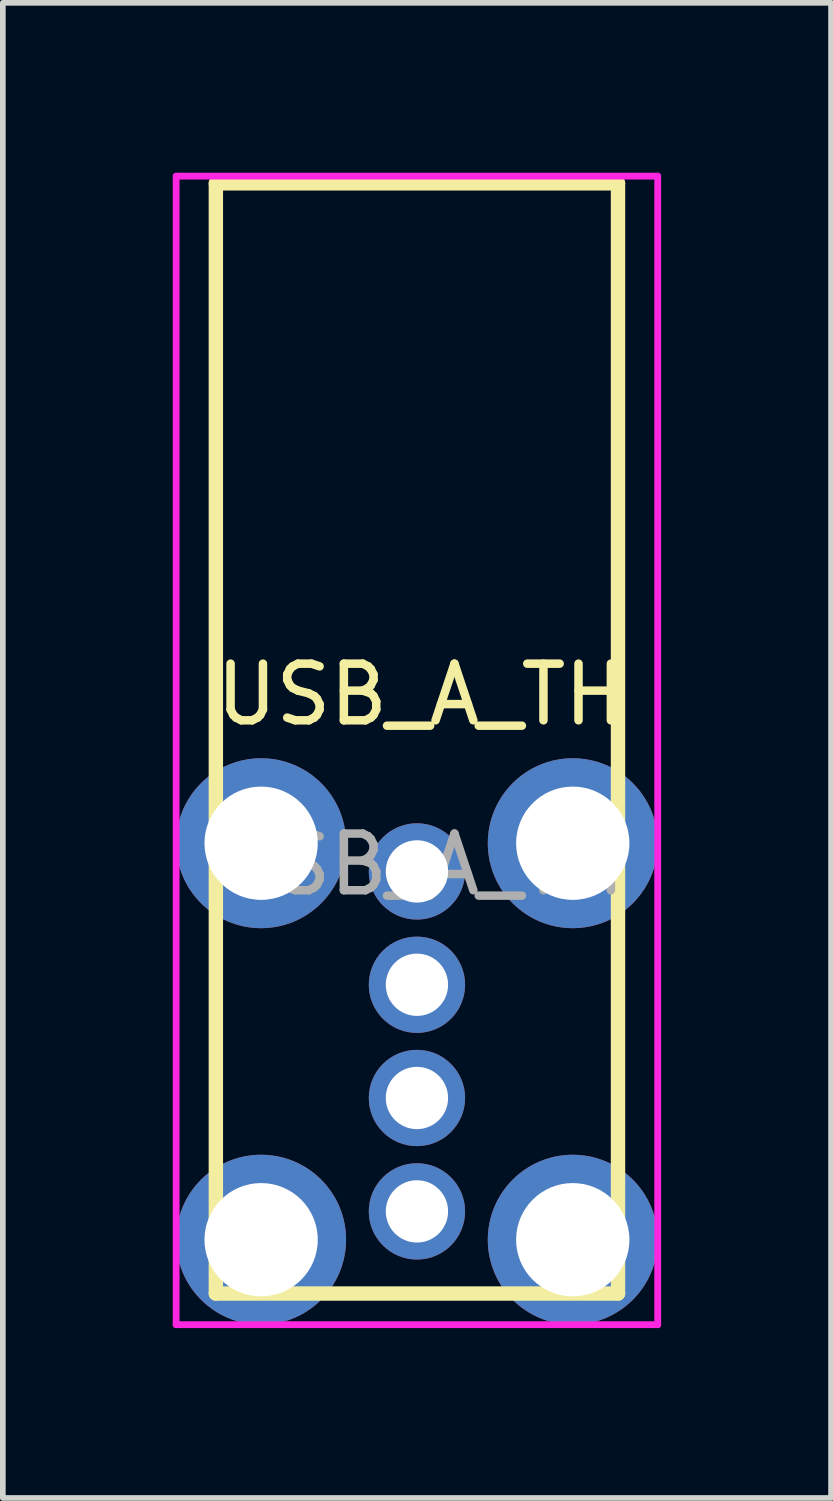
<source format=kicad_pcb>
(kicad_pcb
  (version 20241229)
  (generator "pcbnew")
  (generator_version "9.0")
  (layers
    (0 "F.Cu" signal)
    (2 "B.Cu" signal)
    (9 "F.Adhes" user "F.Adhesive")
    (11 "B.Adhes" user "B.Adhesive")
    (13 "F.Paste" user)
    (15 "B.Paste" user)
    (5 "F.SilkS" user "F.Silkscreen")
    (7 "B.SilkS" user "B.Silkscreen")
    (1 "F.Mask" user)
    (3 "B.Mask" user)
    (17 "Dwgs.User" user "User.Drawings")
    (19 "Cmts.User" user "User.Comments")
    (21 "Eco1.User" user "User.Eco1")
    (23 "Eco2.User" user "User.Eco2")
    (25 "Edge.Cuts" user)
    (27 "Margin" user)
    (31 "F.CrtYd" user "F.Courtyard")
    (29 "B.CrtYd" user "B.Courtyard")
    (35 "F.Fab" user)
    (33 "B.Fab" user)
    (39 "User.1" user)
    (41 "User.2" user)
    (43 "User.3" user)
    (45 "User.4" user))
  (footprint "USB_A_TH"
    (layer "F.Cu")
    (at 4.378 9.712)
    (property "Reference" "USB_A_TH" (at 0 -0.5 0) (unlocked yes) (layer "F.SilkS") (effects (font (size 1 1) (thickness 0.15))))
    (attr smd)
    (fp_line (start -3.617 -9.525) (end -3.617 10.075) (stroke (width 0.254) (type solid)) (layer "F.SilkS"))
    (fp_line (start -3.617 -9.525) (end 3.483 -9.525) (stroke (width 0.254) (type solid)) (layer "F.SilkS"))
    (fp_line (start -3.617 10.075) (end 3.483 10.075) (stroke (width 0.254) (type solid)) (layer "F.SilkS"))
    (fp_line (start 3.483 -9.525) (end 3.483 10.075) (stroke (width 0.254) (type solid)) (layer "F.SilkS"))
    (fp_circle (center -4.318 -9.652) (end -4.288 -9.652) (stroke (width 0.06) (type solid)) (fill no) (layer "Eco2.User"))
    (fp_circle (center -2.818 2.125) (end -2.368 2.125) (stroke (width 0.9) (type solid)) (fill no) (layer "Eco2.User"))
    (fp_circle (center -2.818 9.125) (end -2.368 9.125) (stroke (width 0.9) (type solid)) (fill no) (layer "Eco2.User"))
    (fp_circle (center -0.067 2.623) (end 0.158 2.623) (stroke (width 0.45) (type solid)) (fill no) (layer "Eco2.User"))
    (fp_circle (center -0.067 4.624) (end 0.158 4.624) (stroke (width 0.45) (type solid)) (fill no) (layer "Eco2.User"))
    (fp_circle (center -0.067 6.623) (end 0.158 6.623) (stroke (width 0.45) (type solid)) (fill no) (layer "Eco2.User"))
    (fp_circle (center -0.067 8.625) (end 0.158 8.625) (stroke (width 0.45) (type solid)) (fill no) (layer "Eco2.User"))
    (fp_circle (center 2.684 2.125) (end 3.134 2.125) (stroke (width 0.9) (type solid)) (fill no) (layer "Eco2.User"))
    (fp_circle (center 2.684 9.125) (end 3.134 9.125) (stroke (width 0.9) (type solid)) (fill no) (layer "Eco2.User"))
    (fp_line (start -4.318 -9.652) (end 4.184 -9.652) (stroke (width 0.12) (type solid)) (layer "F.CrtYd"))
    (fp_line (start -4.318 10.625) (end -4.318 -9.652) (stroke (width 0.12) (type solid)) (layer "F.CrtYd"))
    (fp_line (start 4.184 -9.652) (end 4.184 10.625) (stroke (width 0.12) (type solid)) (layer "F.CrtYd"))
    (fp_line (start 4.184 10.625) (end -4.318 10.625) (stroke (width 0.12) (type solid)) (layer "F.CrtYd"))
    (fp_text user "${REFERENCE}" (at 0 2.5 0) (unlocked yes) (layer "F.Fab") (effects (font (size 1 1) (thickness 0.15))))
    (pad "1" thru_hole circle (at -0.067 2.623 180) (size 1.7 1.7) (drill 1.1) (layers "*.Cu" "*.Mask"))
    (pad "2" thru_hole circle (at -0.067 4.624 180) (size 1.7 1.7) (drill 1.1) (layers "*.Cu" "*.Mask"))
    (pad "3" thru_hole circle (at -0.067 6.623 180) (size 1.7 1.7) (drill 1.1) (layers "*.Cu" "*.Mask"))
    (pad "4" thru_hole circle (at -0.067 8.625 180) (size 1.7 1.7) (drill 1.1) (layers "*.Cu" "*.Mask"))
    (pad "5" thru_hole circle (at 2.684 9.125 180) (size 3 3) (drill 2) (layers "*.Cu" "*.Mask"))
    (pad "6" thru_hole circle (at 2.684 2.125 180) (size 3 3) (drill 2) (layers "*.Cu" "*.Mask"))
    (pad "7" thru_hole circle (at -2.818 2.125 180) (size 3 3) (drill 2) (layers "*.Cu" "*.Mask"))
    (pad "8" thru_hole circle (at -2.818 9.125 180) (size 3 3) (drill 2) (layers "*.Cu" "*.Mask")))
  (gr_rect
    (start -3 -3)
    (end 11.622 23.397)
    (stroke (width 0.1) (type default))
    (fill no)
    (layer "Edge.Cuts")))
</source>
